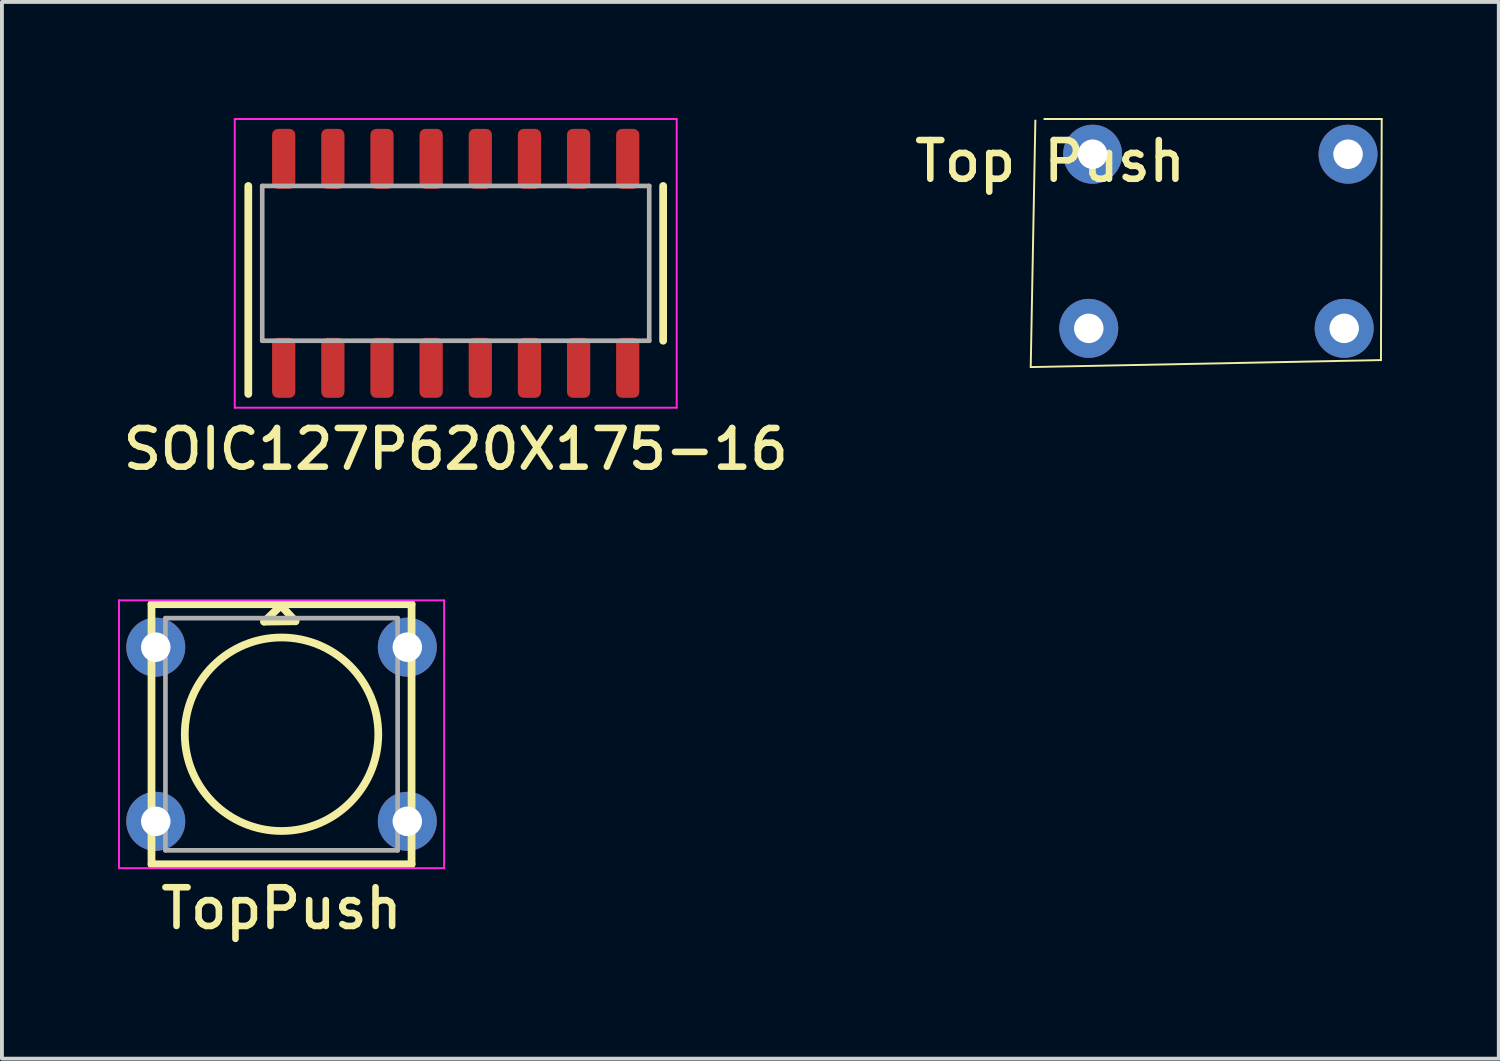
<source format=kicad_pcb>
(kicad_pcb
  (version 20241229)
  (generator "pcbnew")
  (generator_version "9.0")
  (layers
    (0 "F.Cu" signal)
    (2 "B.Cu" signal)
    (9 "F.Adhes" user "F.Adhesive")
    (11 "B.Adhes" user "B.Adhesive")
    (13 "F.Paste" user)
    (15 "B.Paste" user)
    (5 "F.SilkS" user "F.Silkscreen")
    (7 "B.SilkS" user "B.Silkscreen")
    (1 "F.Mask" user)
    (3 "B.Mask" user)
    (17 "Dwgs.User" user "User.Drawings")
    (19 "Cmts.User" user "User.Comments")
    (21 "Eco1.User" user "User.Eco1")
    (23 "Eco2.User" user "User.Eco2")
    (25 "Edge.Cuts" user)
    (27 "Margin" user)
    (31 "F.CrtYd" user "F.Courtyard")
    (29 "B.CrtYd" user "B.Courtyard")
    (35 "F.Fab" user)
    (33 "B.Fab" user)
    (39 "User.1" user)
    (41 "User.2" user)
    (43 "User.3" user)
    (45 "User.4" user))
  (footprint "SOIC127P620X175-16"
    (layer "F.Cu")
    (at 8.726 3.755)
    (property "Reference" "SOIC127P620X175-16" (at 0 4.8 0) (layer "F.SilkS") (effects (font (size 1 1) (thickness 0.17))))
    (attr smd)
    (fp_line (start -5.36 -2) (end -5.36 3.375) (stroke (width 0.2) (type solid)) (layer "F.SilkS"))
    (fp_line (start 5.36 -2) (end 5.36 2) (stroke (width 0.2) (type solid)) (layer "F.SilkS"))
    (fp_line (start -5.71 -3.73) (end -5.71 3.73) (stroke (width 0.05) (type solid)) (layer "F.CrtYd"))
    (fp_line (start -5.71 -3.73) (end 5.71 -3.73) (stroke (width 0.05) (type solid)) (layer "F.CrtYd"))
    (fp_line (start -5.71 3.73) (end 5.71 3.73) (stroke (width 0.05) (type solid)) (layer "F.CrtYd"))
    (fp_line (start 5.71 3.73) (end 5.71 -3.73) (stroke (width 0.05) (type solid)) (layer "F.CrtYd"))
    (fp_line (start -5 -2) (end -5 2) (stroke (width 0.12) (type solid)) (layer "F.Fab"))
    (fp_line (start -5 -2) (end 5 -2) (stroke (width 0.12) (type solid)) (layer "F.Fab"))
    (fp_line (start -5 2) (end 5 2) (stroke (width 0.12) (type solid)) (layer "F.Fab"))
    (fp_line (start 5 -2) (end 5 2) (stroke (width 0.12) (type solid)) (layer "F.Fab"))
    (pad "1" smd roundrect (at -4.445 2.7) (size 0.6 1.55) (layers "F.Cu" "F.Mask" "F.Paste") (roundrect_rratio 0.25))
    (pad "2" smd roundrect (at -3.175 2.7) (size 0.6 1.55) (layers "F.Cu" "F.Mask" "F.Paste") (roundrect_rratio 0.25))
    (pad "3" smd roundrect (at -1.905 2.7) (size 0.6 1.55) (layers "F.Cu" "F.Mask" "F.Paste") (roundrect_rratio 0.25))
    (pad "4" smd roundrect (at -0.635 2.7) (size 0.6 1.55) (layers "F.Cu" "F.Mask" "F.Paste") (roundrect_rratio 0.25))
    (pad "5" smd roundrect (at 1.905 2.7) (size 0.6 1.55) (layers "F.Cu" "F.Mask" "F.Paste") (roundrect_rratio 0.25))
    (pad "6" smd roundrect (at 0.635 2.7) (size 0.6 1.55) (layers "F.Cu" "F.Mask" "F.Paste") (roundrect_rratio 0.25))
    (pad "7" smd roundrect (at 3.175 2.7) (size 0.6 1.55) (layers "F.Cu" "F.Mask" "F.Paste") (roundrect_rratio 0.25))
    (pad "8" smd roundrect (at 4.445 2.7) (size 0.6 1.55) (layers "F.Cu" "F.Mask" "F.Paste") (roundrect_rratio 0.25))
    (pad "9" smd roundrect (at 4.445 -2.7) (size 0.6 1.55) (layers "F.Cu" "F.Mask" "F.Paste") (roundrect_rratio 0.25))
    (pad "10" smd roundrect (at 1.905 -2.7) (size 0.6 1.55) (layers "F.Cu" "F.Mask" "F.Paste") (roundrect_rratio 0.25))
    (pad "11" smd roundrect (at 3.175 -2.7) (size 0.6 1.55) (layers "F.Cu" "F.Mask" "F.Paste") (roundrect_rratio 0.25))
    (pad "12" smd roundrect (at -0.635 -2.7) (size 0.6 1.55) (layers "F.Cu" "F.Mask" "F.Paste") (roundrect_rratio 0.25))
    (pad "13" smd roundrect (at 0.635 -2.7) (size 0.6 1.55) (layers "F.Cu" "F.Mask" "F.Paste") (roundrect_rratio 0.25))
    (pad "14" smd roundrect (at -1.905 -2.7) (size 0.6 1.55) (layers "F.Cu" "F.Mask" "F.Paste") (roundrect_rratio 0.25))
    (pad "15" smd roundrect (at -3.175 -2.7) (size 0.6 1.55) (layers "F.Cu" "F.Mask" "F.Paste") (roundrect_rratio 0.25))
    (pad "16" smd roundrect (at -4.445 -2.7) (size 0.6 1.55) (layers "F.Cu" "F.Mask" "F.Paste") (roundrect_rratio 0.25)))
  (footprint "Top Push"
    (layer "F.Cu")
    (at 28.434 3.185)
    (property "Reference" "Top Push" (at -4.35 -2.07 0) (layer "F.SilkS") (effects (font (size 1 1) (thickness 0.17))))
    (attr through_hole)
    (fp_line (start -4.85 3.25) (end -4.73 -3.12) (stroke (width 0.05) (type solid)) (layer "F.SilkS"))
    (fp_line (start -4.5 -3.16) (end 4.22 -3.16) (stroke (width 0.05) (type solid)) (layer "F.SilkS"))
    (fp_line (start 4.2 3.07) (end -4.85 3.25) (stroke (width 0.05) (type solid)) (layer "F.SilkS"))
    (fp_line (start 4.22 -3.16) (end 4.2 3.07) (stroke (width 0.05) (type solid)) (layer "F.SilkS"))
    (pad "1" thru_hole circle (at -3.25 -2.25) (size 1.524 1.524) (drill 0.762) (layers "*.Cu" "*.Mask"))
    (pad "1" thru_hole circle (at 3.35 -2.25) (size 1.524 1.524) (drill 0.762) (layers "*.Cu" "*.Mask"))
    (pad "2" thru_hole circle (at -3.35 2.25) (size 1.524 1.524) (drill 0.762) (layers "*.Cu" "*.Mask"))
    (pad "2" thru_hole circle (at 3.25 2.25) (size 1.524 1.524) (drill 0.762) (layers "*.Cu" "*.Mask")))
  (footprint "TopPush"
    (layer "F.Cu")
    (at 4.225 15.923)
    (property "Reference" "TopPush" (at 0 4.5 0) (layer "F.SilkS") (effects (font (size 1 1) (thickness 0.17))))
    (attr through_hole)
    (fp_line (start -3.36 -3.36) (end 3.36 -3.36) (stroke (width 0.2) (type solid)) (layer "F.SilkS"))
    (fp_line (start -3.36 3.36) (end -3.36 -3.36) (stroke (width 0.2) (type solid)) (layer "F.SilkS"))
    (fp_line (start -0.45 -2.91) (end 0.36 -2.92) (stroke (width 0.2) (type solid)) (layer "F.SilkS"))
    (fp_line (start 0.01 -3.35) (end -0.45 -2.91) (stroke (width 0.2) (type solid)) (layer "F.SilkS"))
    (fp_line (start 0.36 -2.92) (end -0.02 -3.33) (stroke (width 0.2) (type solid)) (layer "F.SilkS"))
    (fp_line (start 3.36 -3.36) (end 3.36 3.36) (stroke (width 0.2) (type solid)) (layer "F.SilkS"))
    (fp_line (start 3.36 3.36) (end -3.36 3.36) (stroke (width 0.2) (type solid)) (layer "F.SilkS"))
    (fp_circle (center 0 0) (end 2.5 0) (stroke (width 0.2) (type solid)) (fill no) (layer "F.SilkS"))
    (fp_line (start -4.2 -3.46) (end 4.2 -3.46) (stroke (width 0.05) (type solid)) (layer "F.CrtYd"))
    (fp_line (start -4.2 3.46) (end -4.2 -3.46) (stroke (width 0.05) (type solid)) (layer "F.CrtYd"))
    (fp_line (start 4.2 -3.46) (end 4.2 3.46) (stroke (width 0.05) (type solid)) (layer "F.CrtYd"))
    (fp_line (start 4.2 3.46) (end -4.2 3.46) (stroke (width 0.05) (type solid)) (layer "F.CrtYd"))
    (fp_line (start -3 -3) (end -3 3) (stroke (width 0.12) (type solid)) (layer "F.Fab"))
    (fp_line (start -3 3) (end 3 3) (stroke (width 0.12) (type solid)) (layer "F.Fab"))
    (fp_line (start 3 -3) (end -3 -3) (stroke (width 0.12) (type solid)) (layer "F.Fab"))
    (fp_line (start 3 3) (end 3 -3) (stroke (width 0.12) (type solid)) (layer "F.Fab"))
    (pad "1" thru_hole circle (at -3.25 -2.25) (size 1.524 1.524) (drill 0.762) (layers "*.Cu" "*.Mask"))
    (pad "1" thru_hole circle (at 3.25 -2.25) (size 1.524 1.524) (drill 0.762) (layers "*.Cu" "*.Mask"))
    (pad "2" thru_hole circle (at -3.25 2.25) (size 1.524 1.524) (drill 0.762) (layers "*.Cu" "*.Mask"))
    (pad "2" thru_hole circle (at 3.25 2.25) (size 1.524 1.524) (drill 0.762) (layers "*.Cu" "*.Mask")))
  (gr_rect
    (start -3 -3)
    (end 35.679 24.307)
    (stroke (width 0.1) (type default))
    (fill no)
    (layer "Edge.Cuts")))
</source>
